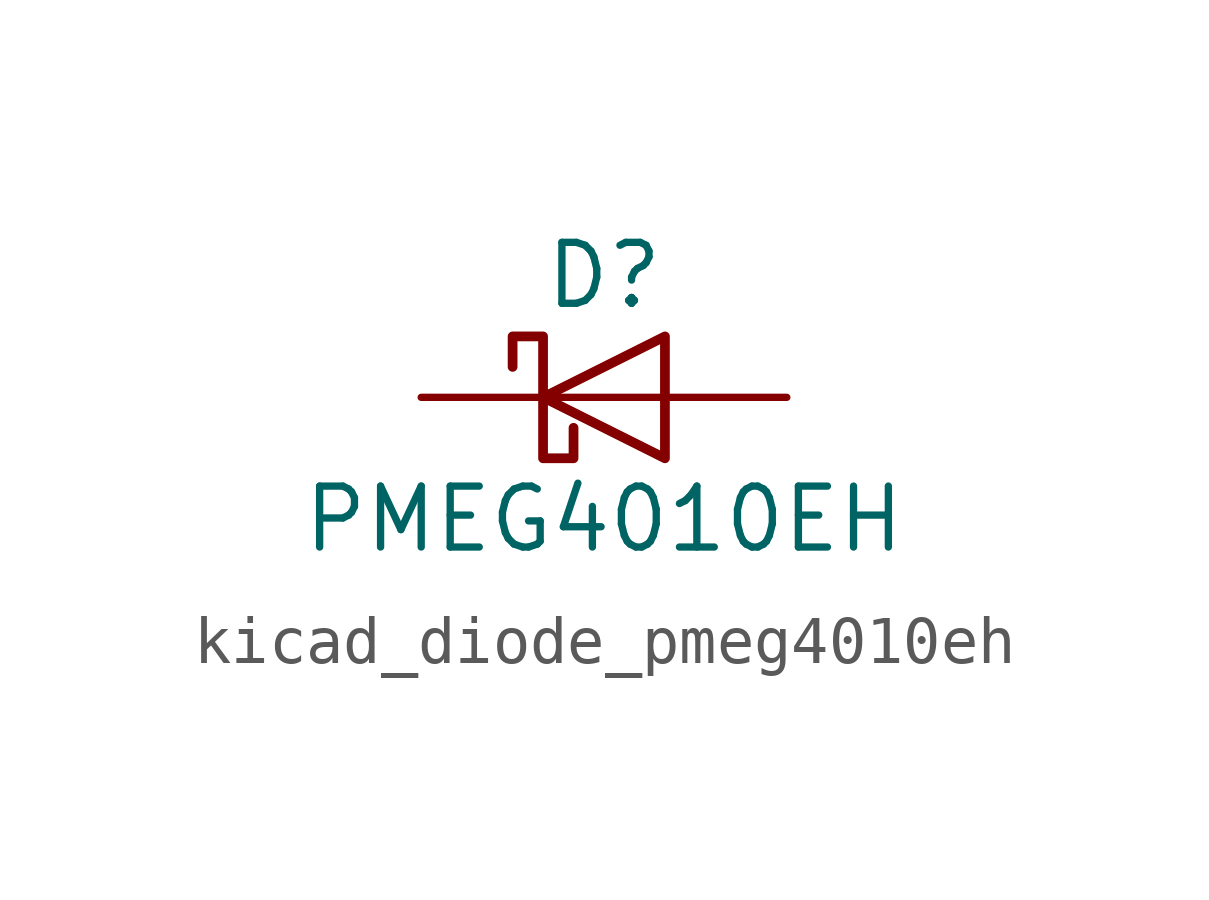
<source format=kicad_sym>
(kicad_symbol_lib
  (version 20220914)
  (generator kicad_symbol_editor)
  (symbol "kicad_diode_pmeg4010eh"
    (pin_numbers hide)
    (pin_names hide)
    (property "Reference" "D"
      (at 0 2.54 0)
      (effects (font (size 1.27 1.27))))
    (property "Value" "PMEG4010EH"
      (at 0 -2.54 0)
      (effects (font (size 1.27 1.27))))
    (symbol "kicad_diode_pmeg4010eh_0_1"
      (polyline (pts (xy 1.27 0) (xy -1.27 0)) (stroke (width 0) (type default)) (fill (type none)))
      (polyline (pts (xy 1.27 1.27) (xy 1.27 -1.27) (xy -1.27 0) (xy 1.27 1.27)) (stroke (width 0.203) (type default)) (fill (type none)))
      (polyline (pts (xy -1.905 0.635) (xy -1.905 1.27) (xy -1.27 1.27) (xy -1.27 -1.27) (xy -0.635 -1.27) (xy -0.635 -0.635)) (stroke (width 0.203) (type default)) (fill (type none))))
    (symbol "kicad_diode_pmeg4010eh_1_1"
      (pin passive line (at -3.81 0 0) (length 2.54) (name "K" (effects (font (size 1.27 1.27)))) (number "1" (effects (font (size 1.27 1.27)))))
      (pin passive line (at 3.81 0 180) (length 2.54) (name "A" (effects (font (size 1.27 1.27)))) (number "2" (effects (font (size 1.27 1.27))))))))
</source>
